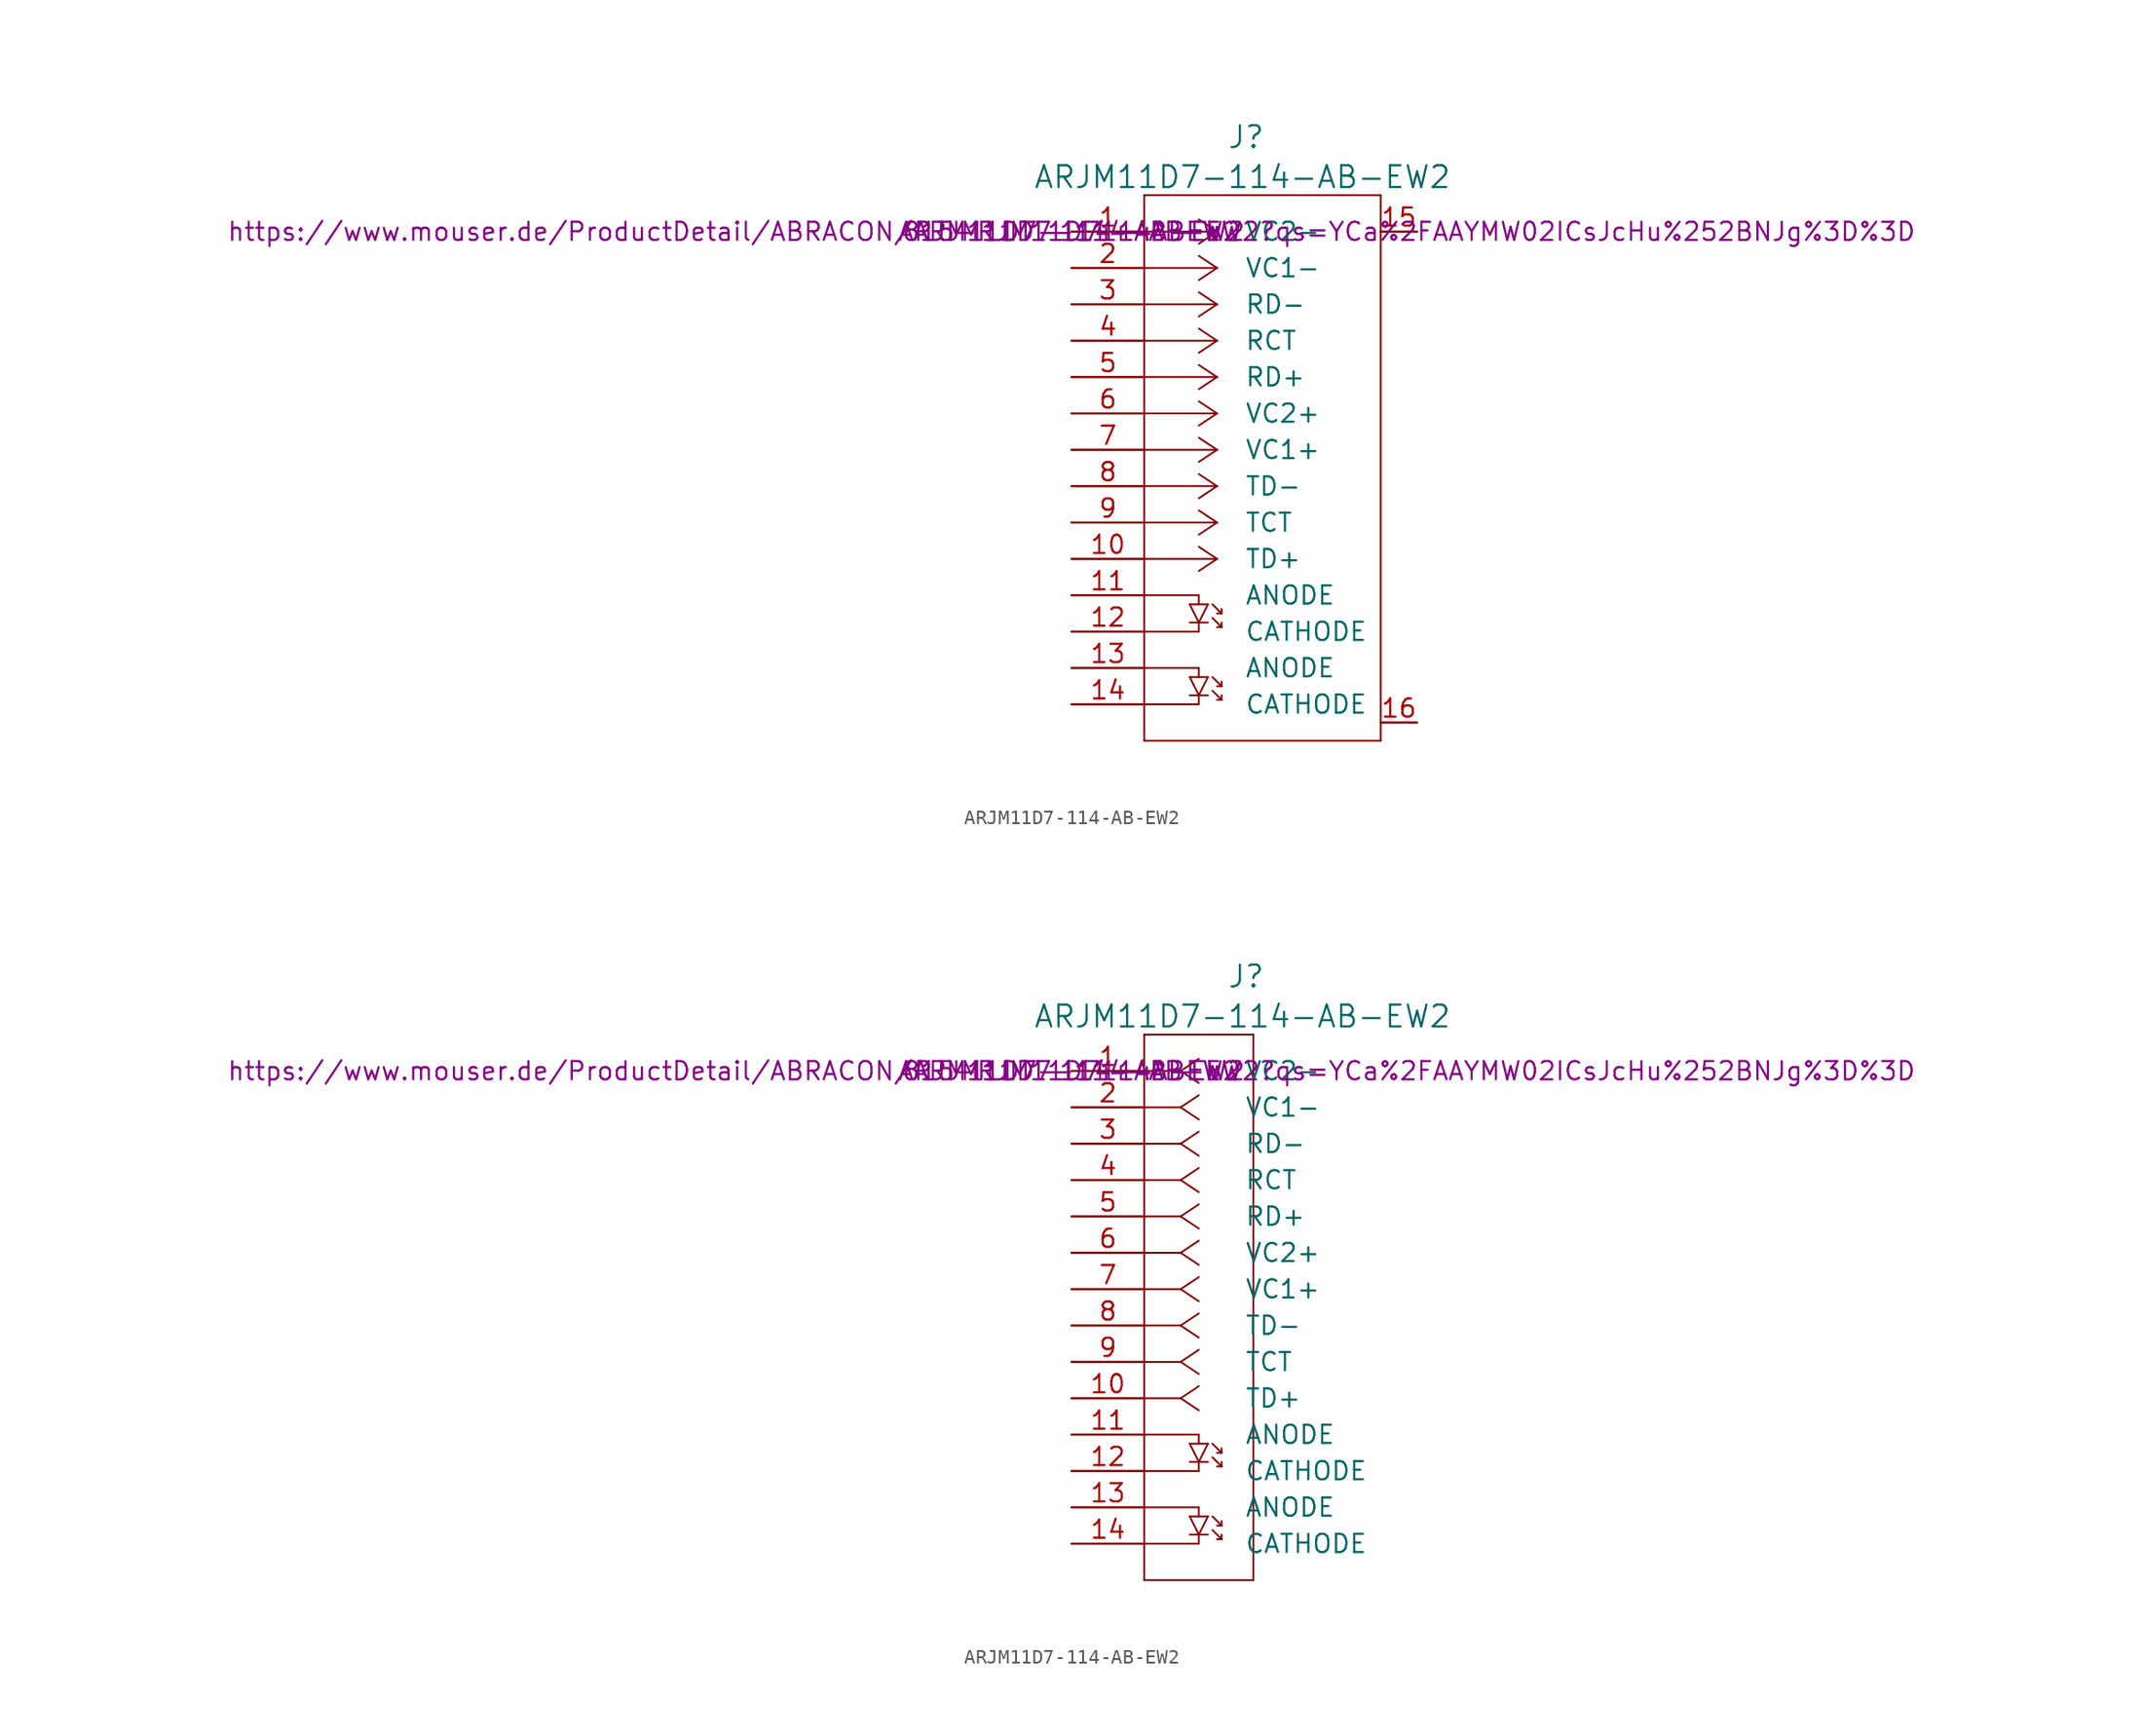
<source format=kicad_sym>
(kicad_symbol_lib
  (version 20231120)
  (generator "kicad_symbol_editor")
  (generator_version "8.0")
  (symbol "ARJM11D7-114-AB-EW2"
    (pin_names
      (offset 7))
    (property "Reference" "J"
      (at 12.192 6.604 0)
      (effects (font (size 1.524 1.524))))
    (property "Value" "ARJM11D7-114-AB-EW2"
      (at 11.938 3.81 0)
      (effects (font (size 1.524 1.524))))
    (property "Mfr. Number" "ARJM11D7-114-AB-EW2"
      (at 0 0 0)
      (effects (font (size 1.27 1.27))))
    (property "Mouser ID Number" "815-RJM11D7114ABEW2"
      (at 0 0 0)
      (effects (font (size 1.27 1.27))))
    (property "Mouser Stock URL" "https://www.mouser.de/ProductDetail/ABRACON/ARJM11D7-114-AB-EW2?qs=YCa%2FAAYMW02ICsJcHu%252BNJg%3D%3D"
      (at 0 0 0)
      (effects (font (size 1.27 1.27))))
    (symbol "ARJM11D7-114-AB-EW2_1_1"
      (polyline (pts (xy 5.08 -35.56) (xy 21.59 -35.56)) (stroke (width 0.127) (type default)) (fill (type none)))
      (polyline (pts (xy 5.08 2.54) (xy 5.08 -35.56)) (stroke (width 0.127) (type default)) (fill (type none)))
      (polyline (pts (xy 8.255 -32.385) (xy 9.525 -32.385)) (stroke (width 0.127) (type default)) (fill (type none)))
      (polyline (pts (xy 8.255 -31.115) (xy 9.525 -31.115)) (stroke (width 0.127) (type default)) (fill (type none)))
      (polyline (pts (xy 8.255 -27.305) (xy 9.525 -27.305)) (stroke (width 0.127) (type default)) (fill (type none)))
      (polyline (pts (xy 8.255 -26.035) (xy 9.525 -26.035)) (stroke (width 0.127) (type default)) (fill (type none)))
      (polyline (pts (xy 8.89 -33.02) (xy 5.08 -33.02)) (stroke (width 0.127) (type default)) (fill (type none)))
      (polyline (pts (xy 8.89 -32.385) (xy 8.255 -31.115)) (stroke (width 0.127) (type default)) (fill (type none)))
      (polyline (pts (xy 8.89 -32.385) (xy 8.89 -33.02)) (stroke (width 0.127) (type default)) (fill (type none)))
      (polyline (pts (xy 8.89 -30.48) (xy 5.08 -30.48)) (stroke (width 0.127) (type default)) (fill (type none)))
      (polyline (pts (xy 8.89 -30.48) (xy 8.89 -31.115)) (stroke (width 0.127) (type default)) (fill (type none)))
      (polyline (pts (xy 8.89 -27.94) (xy 5.08 -27.94)) (stroke (width 0.127) (type default)) (fill (type none)))
      (polyline (pts (xy 8.89 -27.305) (xy 8.255 -26.035)) (stroke (width 0.127) (type default)) (fill (type none)))
      (polyline (pts (xy 8.89 -27.305) (xy 8.89 -27.94)) (stroke (width 0.127) (type default)) (fill (type none)))
      (polyline (pts (xy 8.89 -25.4) (xy 5.08 -25.4)) (stroke (width 0.127) (type default)) (fill (type none)))
      (polyline (pts (xy 8.89 -25.4) (xy 8.89 -26.035)) (stroke (width 0.127) (type default)) (fill (type none)))
      (polyline (pts (xy 9.525 -31.115) (xy 8.89 -32.385)) (stroke (width 0.127) (type default)) (fill (type none)))
      (polyline (pts (xy 9.525 -26.035) (xy 8.89 -27.305)) (stroke (width 0.127) (type default)) (fill (type none)))
      (polyline (pts (xy 9.842 -32.068) (xy 10.477 -32.703)) (stroke (width 0.127) (type default)) (fill (type none)))
      (polyline (pts (xy 9.842 -31.115) (xy 10.477 -31.75)) (stroke (width 0.127) (type default)) (fill (type none)))
      (polyline (pts (xy 9.842 -26.988) (xy 10.477 -27.622)) (stroke (width 0.127) (type default)) (fill (type none)))
      (polyline (pts (xy 9.842 -26.035) (xy 10.477 -26.67)) (stroke (width 0.127) (type default)) (fill (type none)))
      (polyline (pts (xy 10.16 -22.86) (xy 5.08 -22.86)) (stroke (width 0.127) (type default)) (fill (type none)))
      (polyline (pts (xy 10.16 -22.86) (xy 8.89 -23.707)) (stroke (width 0.127) (type default)) (fill (type none)))
      (polyline (pts (xy 10.16 -22.86) (xy 8.89 -22.013)) (stroke (width 0.127) (type default)) (fill (type none)))
      (polyline (pts (xy 10.16 -20.32) (xy 5.08 -20.32)) (stroke (width 0.127) (type default)) (fill (type none)))
      (polyline (pts (xy 10.16 -20.32) (xy 8.89 -21.167)) (stroke (width 0.127) (type default)) (fill (type none)))
      (polyline (pts (xy 10.16 -20.32) (xy 8.89 -19.473)) (stroke (width 0.127) (type default)) (fill (type none)))
      (polyline (pts (xy 10.16 -17.78) (xy 5.08 -17.78)) (stroke (width 0.127) (type default)) (fill (type none)))
      (polyline (pts (xy 10.16 -17.78) (xy 8.89 -18.627)) (stroke (width 0.127) (type default)) (fill (type none)))
      (polyline (pts (xy 10.16 -17.78) (xy 8.89 -16.933)) (stroke (width 0.127) (type default)) (fill (type none)))
      (polyline (pts (xy 10.16 -15.24) (xy 5.08 -15.24)) (stroke (width 0.127) (type default)) (fill (type none)))
      (polyline (pts (xy 10.16 -15.24) (xy 8.89 -16.087)) (stroke (width 0.127) (type default)) (fill (type none)))
      (polyline (pts (xy 10.16 -15.24) (xy 8.89 -14.393)) (stroke (width 0.127) (type default)) (fill (type none)))
      (polyline (pts (xy 10.16 -12.7) (xy 5.08 -12.7)) (stroke (width 0.127) (type default)) (fill (type none)))
      (polyline (pts (xy 10.16 -12.7) (xy 8.89 -13.547)) (stroke (width 0.127) (type default)) (fill (type none)))
      (polyline (pts (xy 10.16 -12.7) (xy 8.89 -11.853)) (stroke (width 0.127) (type default)) (fill (type none)))
      (polyline (pts (xy 10.16 -10.16) (xy 5.08 -10.16)) (stroke (width 0.127) (type default)) (fill (type none)))
      (polyline (pts (xy 10.16 -10.16) (xy 8.89 -11.007)) (stroke (width 0.127) (type default)) (fill (type none)))
      (polyline (pts (xy 10.16 -10.16) (xy 8.89 -9.313)) (stroke (width 0.127) (type default)) (fill (type none)))
      (polyline (pts (xy 10.16 -7.62) (xy 5.08 -7.62)) (stroke (width 0.127) (type default)) (fill (type none)))
      (polyline (pts (xy 10.16 -7.62) (xy 8.89 -8.467)) (stroke (width 0.127) (type default)) (fill (type none)))
      (polyline (pts (xy 10.16 -7.62) (xy 8.89 -6.773)) (stroke (width 0.127) (type default)) (fill (type none)))
      (polyline (pts (xy 10.16 -5.08) (xy 5.08 -5.08)) (stroke (width 0.127) (type default)) (fill (type none)))
      (polyline (pts (xy 10.16 -5.08) (xy 8.89 -5.927)) (stroke (width 0.127) (type default)) (fill (type none)))
      (polyline (pts (xy 10.16 -5.08) (xy 8.89 -4.233)) (stroke (width 0.127) (type default)) (fill (type none)))
      (polyline (pts (xy 10.16 -2.54) (xy 5.08 -2.54)) (stroke (width 0.127) (type default)) (fill (type none)))
      (polyline (pts (xy 10.16 -2.54) (xy 8.89 -3.387)) (stroke (width 0.127) (type default)) (fill (type none)))
      (polyline (pts (xy 10.16 -2.54) (xy 8.89 -1.693)) (stroke (width 0.127) (type default)) (fill (type none)))
      (polyline (pts (xy 10.16 0) (xy 5.08 0)) (stroke (width 0.127) (type default)) (fill (type none)))
      (polyline (pts (xy 10.16 0) (xy 8.89 -0.847)) (stroke (width 0.127) (type default)) (fill (type none)))
      (polyline (pts (xy 10.16 0) (xy 8.89 0.847)) (stroke (width 0.127) (type default)) (fill (type none)))
      (polyline (pts (xy 10.477 -32.703) (xy 10.16 -32.703)) (stroke (width 0.127) (type default)) (fill (type none)))
      (polyline (pts (xy 10.477 -32.703) (xy 10.477 -32.385)) (stroke (width 0.127) (type default)) (fill (type none)))
      (polyline (pts (xy 10.477 -31.75) (xy 10.16 -31.75)) (stroke (width 0.127) (type default)) (fill (type none)))
      (polyline (pts (xy 10.477 -31.75) (xy 10.477 -31.433)) (stroke (width 0.127) (type default)) (fill (type none)))
      (polyline (pts (xy 10.477 -27.622) (xy 10.16 -27.622)) (stroke (width 0.127) (type default)) (fill (type none)))
      (polyline (pts (xy 10.477 -27.622) (xy 10.477 -27.305)) (stroke (width 0.127) (type default)) (fill (type none)))
      (polyline (pts (xy 10.477 -26.67) (xy 10.16 -26.67)) (stroke (width 0.127) (type default)) (fill (type none)))
      (polyline (pts (xy 10.477 -26.67) (xy 10.477 -26.352)) (stroke (width 0.127) (type default)) (fill (type none)))
      (polyline (pts (xy 21.59 -35.56) (xy 21.59 2.54)) (stroke (width 0.127) (type default)) (fill (type none)))
      (polyline (pts (xy 21.59 2.54) (xy 5.08 2.54)) (stroke (width 0.127) (type default)) (fill (type none)))
      (pin unspecified line (at 0 0 0) (length 5.08) (name "VC2-" (effects (font (size 1.27 1.27)))) (number "1" (effects (font (size 1.27 1.27)))))
      (pin unspecified line (at 0 -22.86 0) (length 5.08) (name "TD+" (effects (font (size 1.27 1.27)))) (number "10" (effects (font (size 1.27 1.27)))))
      (pin unspecified line (at 0 -25.4 0) (length 5.08) (name "ANODE" (effects (font (size 1.27 1.27)))) (number "11" (effects (font (size 1.27 1.27)))))
      (pin unspecified line (at 0 -27.94 0) (length 5.08) (name "CATHODE" (effects (font (size 1.27 1.27)))) (number "12" (effects (font (size 1.27 1.27)))))
      (pin unspecified line (at 0 -30.48 0) (length 5.08) (name "ANODE" (effects (font (size 1.27 1.27)))) (number "13" (effects (font (size 1.27 1.27)))))
      (pin unspecified line (at 0 -33.02 0) (length 5.08) (name "CATHODE" (effects (font (size 1.27 1.27)))) (number "14" (effects (font (size 1.27 1.27)))))
      (pin unspecified line (at 24.13 0 180) (length 2.54) (name "" (effects (font (size 1.27 1.27)))) (number "15" (effects (font (size 1.27 1.27)))))
      (pin unspecified line (at 24.13 -34.29 180) (length 2.54) (name "" (effects (font (size 1.27 1.27)))) (number "16" (effects (font (size 1.27 1.27)))))
      (pin unspecified line (at 0 -2.54 0) (length 5.08) (name "VC1-" (effects (font (size 1.27 1.27)))) (number "2" (effects (font (size 1.27 1.27)))))
      (pin unspecified line (at 0 -5.08 0) (length 5.08) (name "RD-" (effects (font (size 1.27 1.27)))) (number "3" (effects (font (size 1.27 1.27)))))
      (pin unspecified line (at 0 -7.62 0) (length 5.08) (name "RCT" (effects (font (size 1.27 1.27)))) (number "4" (effects (font (size 1.27 1.27)))))
      (pin unspecified line (at 0 -10.16 0) (length 5.08) (name "RD+" (effects (font (size 1.27 1.27)))) (number "5" (effects (font (size 1.27 1.27)))))
      (pin unspecified line (at 0 -12.7 0) (length 5.08) (name "VC2+" (effects (font (size 1.27 1.27)))) (number "6" (effects (font (size 1.27 1.27)))))
      (pin unspecified line (at 0 -15.24 0) (length 5.08) (name "VC1+" (effects (font (size 1.27 1.27)))) (number "7" (effects (font (size 1.27 1.27)))))
      (pin unspecified line (at 0 -17.78 0) (length 5.08) (name "TD-" (effects (font (size 1.27 1.27)))) (number "8" (effects (font (size 1.27 1.27)))))
      (pin unspecified line (at 0 -20.32 0) (length 5.08) (name "TCT" (effects (font (size 1.27 1.27)))) (number "9" (effects (font (size 1.27 1.27))))))
    (symbol "ARJM11D7-114-AB-EW2_1_2"
      (polyline (pts (xy 5.08 -35.56) (xy 12.7 -35.56)) (stroke (width 0.127) (type default)) (fill (type none)))
      (polyline (pts (xy 5.08 2.54) (xy 5.08 -35.56)) (stroke (width 0.127) (type default)) (fill (type none)))
      (polyline (pts (xy 7.62 -22.86) (xy 5.08 -22.86)) (stroke (width 0.127) (type default)) (fill (type none)))
      (polyline (pts (xy 7.62 -22.86) (xy 8.89 -23.707)) (stroke (width 0.127) (type default)) (fill (type none)))
      (polyline (pts (xy 7.62 -22.86) (xy 8.89 -22.013)) (stroke (width 0.127) (type default)) (fill (type none)))
      (polyline (pts (xy 7.62 -20.32) (xy 5.08 -20.32)) (stroke (width 0.127) (type default)) (fill (type none)))
      (polyline (pts (xy 7.62 -20.32) (xy 8.89 -21.167)) (stroke (width 0.127) (type default)) (fill (type none)))
      (polyline (pts (xy 7.62 -20.32) (xy 8.89 -19.473)) (stroke (width 0.127) (type default)) (fill (type none)))
      (polyline (pts (xy 7.62 -17.78) (xy 5.08 -17.78)) (stroke (width 0.127) (type default)) (fill (type none)))
      (polyline (pts (xy 7.62 -17.78) (xy 8.89 -18.627)) (stroke (width 0.127) (type default)) (fill (type none)))
      (polyline (pts (xy 7.62 -17.78) (xy 8.89 -16.933)) (stroke (width 0.127) (type default)) (fill (type none)))
      (polyline (pts (xy 7.62 -15.24) (xy 5.08 -15.24)) (stroke (width 0.127) (type default)) (fill (type none)))
      (polyline (pts (xy 7.62 -15.24) (xy 8.89 -16.087)) (stroke (width 0.127) (type default)) (fill (type none)))
      (polyline (pts (xy 7.62 -15.24) (xy 8.89 -14.393)) (stroke (width 0.127) (type default)) (fill (type none)))
      (polyline (pts (xy 7.62 -12.7) (xy 5.08 -12.7)) (stroke (width 0.127) (type default)) (fill (type none)))
      (polyline (pts (xy 7.62 -12.7) (xy 8.89 -13.547)) (stroke (width 0.127) (type default)) (fill (type none)))
      (polyline (pts (xy 7.62 -12.7) (xy 8.89 -11.853)) (stroke (width 0.127) (type default)) (fill (type none)))
      (polyline (pts (xy 7.62 -10.16) (xy 5.08 -10.16)) (stroke (width 0.127) (type default)) (fill (type none)))
      (polyline (pts (xy 7.62 -10.16) (xy 8.89 -11.007)) (stroke (width 0.127) (type default)) (fill (type none)))
      (polyline (pts (xy 7.62 -10.16) (xy 8.89 -9.313)) (stroke (width 0.127) (type default)) (fill (type none)))
      (polyline (pts (xy 7.62 -7.62) (xy 5.08 -7.62)) (stroke (width 0.127) (type default)) (fill (type none)))
      (polyline (pts (xy 7.62 -7.62) (xy 8.89 -8.467)) (stroke (width 0.127) (type default)) (fill (type none)))
      (polyline (pts (xy 7.62 -7.62) (xy 8.89 -6.773)) (stroke (width 0.127) (type default)) (fill (type none)))
      (polyline (pts (xy 7.62 -5.08) (xy 5.08 -5.08)) (stroke (width 0.127) (type default)) (fill (type none)))
      (polyline (pts (xy 7.62 -5.08) (xy 8.89 -5.927)) (stroke (width 0.127) (type default)) (fill (type none)))
      (polyline (pts (xy 7.62 -5.08) (xy 8.89 -4.233)) (stroke (width 0.127) (type default)) (fill (type none)))
      (polyline (pts (xy 7.62 -2.54) (xy 5.08 -2.54)) (stroke (width 0.127) (type default)) (fill (type none)))
      (polyline (pts (xy 7.62 -2.54) (xy 8.89 -3.387)) (stroke (width 0.127) (type default)) (fill (type none)))
      (polyline (pts (xy 7.62 -2.54) (xy 8.89 -1.693)) (stroke (width 0.127) (type default)) (fill (type none)))
      (polyline (pts (xy 7.62 0) (xy 5.08 0)) (stroke (width 0.127) (type default)) (fill (type none)))
      (polyline (pts (xy 7.62 0) (xy 8.89 -0.847)) (stroke (width 0.127) (type default)) (fill (type none)))
      (polyline (pts (xy 7.62 0) (xy 8.89 0.847)) (stroke (width 0.127) (type default)) (fill (type none)))
      (polyline (pts (xy 8.255 -32.385) (xy 9.525 -32.385)) (stroke (width 0.127) (type default)) (fill (type none)))
      (polyline (pts (xy 8.255 -31.115) (xy 9.525 -31.115)) (stroke (width 0.127) (type default)) (fill (type none)))
      (polyline (pts (xy 8.255 -27.305) (xy 9.525 -27.305)) (stroke (width 0.127) (type default)) (fill (type none)))
      (polyline (pts (xy 8.255 -26.035) (xy 9.525 -26.035)) (stroke (width 0.127) (type default)) (fill (type none)))
      (polyline (pts (xy 8.89 -33.02) (xy 5.08 -33.02)) (stroke (width 0.127) (type default)) (fill (type none)))
      (polyline (pts (xy 8.89 -32.385) (xy 8.255 -31.115)) (stroke (width 0.127) (type default)) (fill (type none)))
      (polyline (pts (xy 8.89 -32.385) (xy 8.89 -33.02)) (stroke (width 0.127) (type default)) (fill (type none)))
      (polyline (pts (xy 8.89 -30.48) (xy 5.08 -30.48)) (stroke (width 0.127) (type default)) (fill (type none)))
      (polyline (pts (xy 8.89 -30.48) (xy 8.89 -31.115)) (stroke (width 0.127) (type default)) (fill (type none)))
      (polyline (pts (xy 8.89 -27.94) (xy 5.08 -27.94)) (stroke (width 0.127) (type default)) (fill (type none)))
      (polyline (pts (xy 8.89 -27.305) (xy 8.255 -26.035)) (stroke (width 0.127) (type default)) (fill (type none)))
      (polyline (pts (xy 8.89 -27.305) (xy 8.89 -27.94)) (stroke (width 0.127) (type default)) (fill (type none)))
      (polyline (pts (xy 8.89 -25.4) (xy 5.08 -25.4)) (stroke (width 0.127) (type default)) (fill (type none)))
      (polyline (pts (xy 8.89 -25.4) (xy 8.89 -26.035)) (stroke (width 0.127) (type default)) (fill (type none)))
      (polyline (pts (xy 9.525 -31.115) (xy 8.89 -32.385)) (stroke (width 0.127) (type default)) (fill (type none)))
      (polyline (pts (xy 9.525 -26.035) (xy 8.89 -27.305)) (stroke (width 0.127) (type default)) (fill (type none)))
      (polyline (pts (xy 9.842 -32.068) (xy 10.477 -32.703)) (stroke (width 0.127) (type default)) (fill (type none)))
      (polyline (pts (xy 9.842 -31.115) (xy 10.477 -31.75)) (stroke (width 0.127) (type default)) (fill (type none)))
      (polyline (pts (xy 9.842 -26.988) (xy 10.477 -27.622)) (stroke (width 0.127) (type default)) (fill (type none)))
      (polyline (pts (xy 9.842 -26.035) (xy 10.477 -26.67)) (stroke (width 0.127) (type default)) (fill (type none)))
      (polyline (pts (xy 10.477 -32.703) (xy 10.16 -32.703)) (stroke (width 0.127) (type default)) (fill (type none)))
      (polyline (pts (xy 10.477 -32.703) (xy 10.477 -32.385)) (stroke (width 0.127) (type default)) (fill (type none)))
      (polyline (pts (xy 10.477 -31.75) (xy 10.16 -31.75)) (stroke (width 0.127) (type default)) (fill (type none)))
      (polyline (pts (xy 10.477 -31.75) (xy 10.477 -31.433)) (stroke (width 0.127) (type default)) (fill (type none)))
      (polyline (pts (xy 10.477 -27.622) (xy 10.16 -27.622)) (stroke (width 0.127) (type default)) (fill (type none)))
      (polyline (pts (xy 10.477 -27.622) (xy 10.477 -27.305)) (stroke (width 0.127) (type default)) (fill (type none)))
      (polyline (pts (xy 10.477 -26.67) (xy 10.16 -26.67)) (stroke (width 0.127) (type default)) (fill (type none)))
      (polyline (pts (xy 10.477 -26.67) (xy 10.477 -26.352)) (stroke (width 0.127) (type default)) (fill (type none)))
      (polyline (pts (xy 12.7 -35.56) (xy 12.7 2.54)) (stroke (width 0.127) (type default)) (fill (type none)))
      (polyline (pts (xy 12.7 2.54) (xy 5.08 2.54)) (stroke (width 0.127) (type default)) (fill (type none)))
      (pin unspecified line (at 0 0 0) (length 5.08) (name "VC2-" (effects (font (size 1.27 1.27)))) (number "1" (effects (font (size 1.27 1.27)))))
      (pin unspecified line (at 0 -22.86 0) (length 5.08) (name "TD+" (effects (font (size 1.27 1.27)))) (number "10" (effects (font (size 1.27 1.27)))))
      (pin unspecified line (at 0 -25.4 0) (length 5.08) (name "ANODE" (effects (font (size 1.27 1.27)))) (number "11" (effects (font (size 1.27 1.27)))))
      (pin unspecified line (at 0 -27.94 0) (length 5.08) (name "CATHODE" (effects (font (size 1.27 1.27)))) (number "12" (effects (font (size 1.27 1.27)))))
      (pin unspecified line (at 0 -30.48 0) (length 5.08) (name "ANODE" (effects (font (size 1.27 1.27)))) (number "13" (effects (font (size 1.27 1.27)))))
      (pin unspecified line (at 0 -33.02 0) (length 5.08) (name "CATHODE" (effects (font (size 1.27 1.27)))) (number "14" (effects (font (size 1.27 1.27)))))
      (pin unspecified line (at 0 -2.54 0) (length 5.08) (name "VC1-" (effects (font (size 1.27 1.27)))) (number "2" (effects (font (size 1.27 1.27)))))
      (pin unspecified line (at 0 -5.08 0) (length 5.08) (name "RD-" (effects (font (size 1.27 1.27)))) (number "3" (effects (font (size 1.27 1.27)))))
      (pin unspecified line (at 0 -7.62 0) (length 5.08) (name "RCT" (effects (font (size 1.27 1.27)))) (number "4" (effects (font (size 1.27 1.27)))))
      (pin unspecified line (at 0 -10.16 0) (length 5.08) (name "RD+" (effects (font (size 1.27 1.27)))) (number "5" (effects (font (size 1.27 1.27)))))
      (pin unspecified line (at 0 -12.7 0) (length 5.08) (name "VC2+" (effects (font (size 1.27 1.27)))) (number "6" (effects (font (size 1.27 1.27)))))
      (pin unspecified line (at 0 -15.24 0) (length 5.08) (name "VC1+" (effects (font (size 1.27 1.27)))) (number "7" (effects (font (size 1.27 1.27)))))
      (pin unspecified line (at 0 -17.78 0) (length 5.08) (name "TD-" (effects (font (size 1.27 1.27)))) (number "8" (effects (font (size 1.27 1.27)))))
      (pin unspecified line (at 0 -20.32 0) (length 5.08) (name "TCT" (effects (font (size 1.27 1.27)))) (number "9" (effects (font (size 1.27 1.27))))))))
</source>
